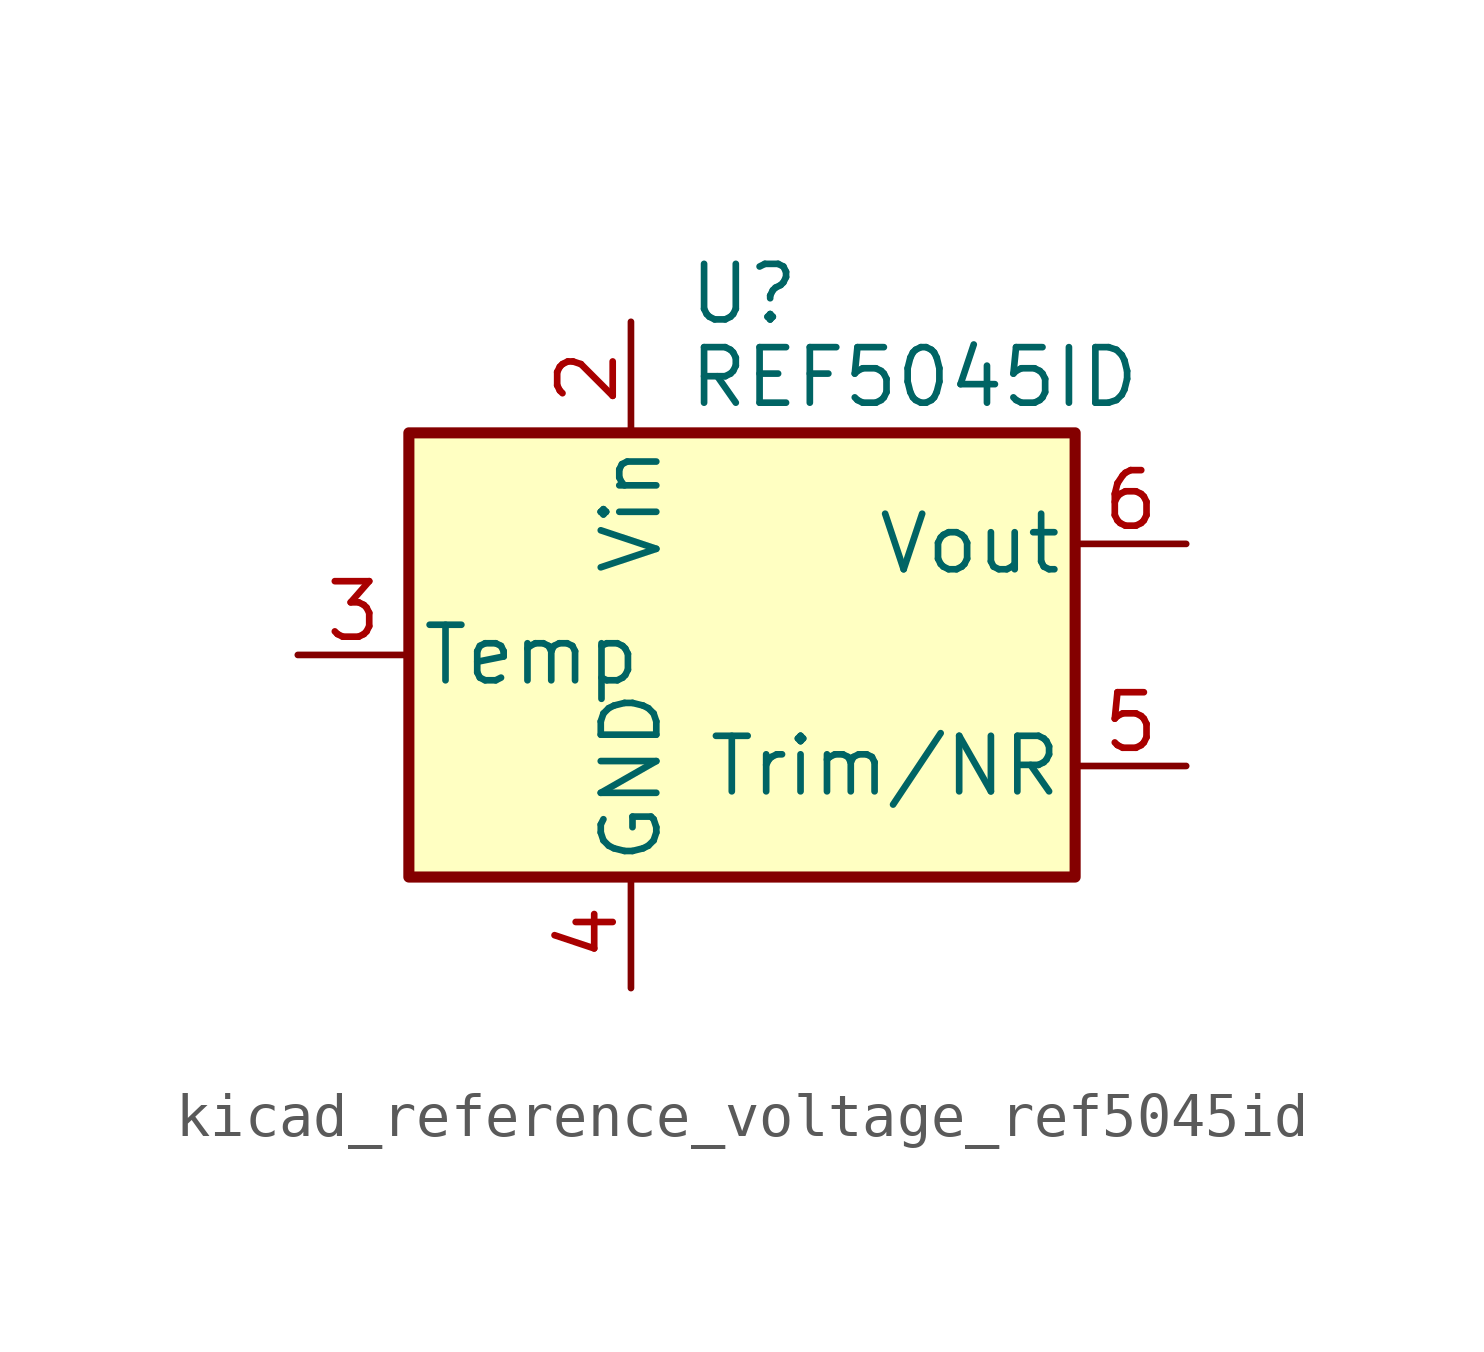
<source format=kicad_sym>
(kicad_symbol_lib
  (version 20220914)
  (generator kicad_symbol_editor)
  (symbol "kicad_reference_voltage_ref5045id"
    (pin_names
      (offset 0.254))
    (property "Reference" "U"
      (at -1.27 8.255 0)
      (effects (font (size 1.27 1.27)) (justify left)))
    (property "Value" "REF5045ID"
      (at -1.27 6.35 0)
      (effects (font (size 1.27 1.27)) (justify left)))
    (symbol "kicad_reference_voltage_ref5045id_0_1"
      (rectangle (start -7.62 5.08) (end 7.62 -5.08) (stroke (width 0.254) (type default)) (fill (type background))))
    (symbol "kicad_reference_voltage_ref5045id_1_1"
      (pin no_connect line (at -7.62 2.54 0) (length 2.54) hide (name "DNC" (effects (font (size 1.27 1.27)))) (number "1" (effects (font (size 1.27 1.27)))))
      (pin power_in line (at -2.54 7.62 270) (length 2.54) (name "Vin" (effects (font (size 1.27 1.27)))) (number "2" (effects (font (size 1.27 1.27)))))
      (pin passive line (at -10.16 0 0) (length 2.54) (name "Temp" (effects (font (size 1.27 1.27)))) (number "3" (effects (font (size 1.27 1.27)))))
      (pin power_in line (at -2.54 -7.62 90) (length 2.54) (name "GND" (effects (font (size 1.27 1.27)))) (number "4" (effects (font (size 1.27 1.27)))))
      (pin passive line (at 10.16 -2.54 180) (length 2.54) (name "Trim/NR" (effects (font (size 1.27 1.27)))) (number "5" (effects (font (size 1.27 1.27)))))
      (pin power_out line (at 10.16 2.54 180) (length 2.54) (name "Vout" (effects (font (size 1.27 1.27)))) (number "6" (effects (font (size 1.27 1.27)))))
      (pin no_connect line (at -5.08 -5.08 90) (length 2.54) hide (name "NC" (effects (font (size 1.27 1.27)))) (number "7" (effects (font (size 1.27 1.27)))))
      (pin no_connect line (at 7.62 0 180) (length 2.54) hide (name "DNC" (effects (font (size 1.27 1.27)))) (number "8" (effects (font (size 1.27 1.27))))))))
</source>
